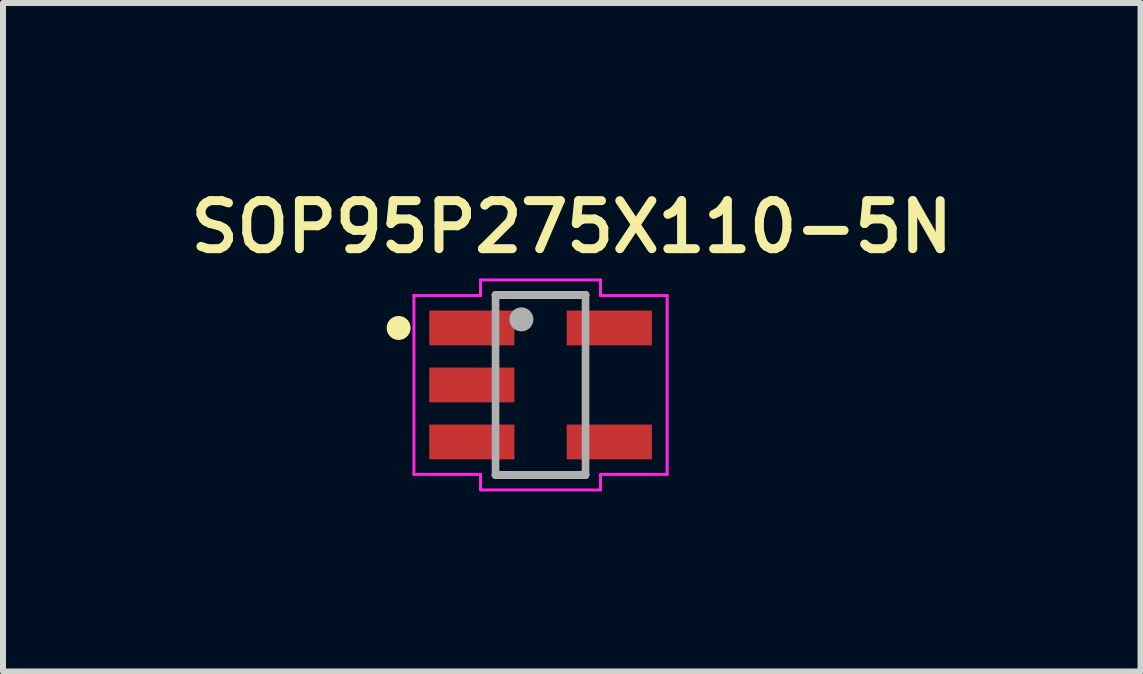
<source format=kicad_pcb>
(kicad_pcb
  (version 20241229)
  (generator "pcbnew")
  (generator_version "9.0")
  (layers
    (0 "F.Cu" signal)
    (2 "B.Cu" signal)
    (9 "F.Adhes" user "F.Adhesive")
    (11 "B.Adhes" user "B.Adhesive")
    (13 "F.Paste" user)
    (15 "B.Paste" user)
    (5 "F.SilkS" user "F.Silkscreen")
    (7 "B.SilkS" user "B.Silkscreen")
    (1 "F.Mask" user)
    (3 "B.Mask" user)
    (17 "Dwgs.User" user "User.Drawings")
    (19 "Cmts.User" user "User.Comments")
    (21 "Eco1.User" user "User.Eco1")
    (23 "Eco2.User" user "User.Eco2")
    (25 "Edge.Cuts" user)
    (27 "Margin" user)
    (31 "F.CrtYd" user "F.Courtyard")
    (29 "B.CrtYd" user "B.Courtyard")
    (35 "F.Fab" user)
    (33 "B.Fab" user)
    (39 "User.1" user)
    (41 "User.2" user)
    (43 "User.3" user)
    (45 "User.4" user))
  (footprint "SOP95P275X110-5N"
    (layer "F.Cu")
    (at 5.959 3.366)
    (property "Reference" "SOP95P275X110-5N" (at 0.52 -2.634 0) (layer "F.SilkS") (effects (font (size 0.801 0.801) (thickness 0.15))))
    (attr through_hole)
    (fp_line (start -0.75 -1.5) (end 0.75 -1.5) (stroke (width 0.127) (type solid)) (layer "F.SilkS"))
    (fp_line (start -0.75 1.5) (end 0.75 1.5) (stroke (width 0.127) (type solid)) (layer "F.SilkS"))
    (fp_circle (center -2.365 -0.95) (end -2.265 -0.95) (stroke (width 0.2) (type solid)) (fill no) (layer "F.SilkS"))
    (fp_line (start -2.11 -1.49) (end -2.11 1.49) (stroke (width 0.05) (type solid)) (layer "F.CrtYd"))
    (fp_line (start -2.11 1.49) (end -1 1.49) (stroke (width 0.05) (type solid)) (layer "F.CrtYd"))
    (fp_line (start -1 -1.75) (end -1 -1.49) (stroke (width 0.05) (type solid)) (layer "F.CrtYd"))
    (fp_line (start -1 -1.49) (end -2.11 -1.49) (stroke (width 0.05) (type solid)) (layer "F.CrtYd"))
    (fp_line (start -1 1.49) (end -1 1.75) (stroke (width 0.05) (type solid)) (layer "F.CrtYd"))
    (fp_line (start -1 1.75) (end 1 1.75) (stroke (width 0.05) (type solid)) (layer "F.CrtYd"))
    (fp_line (start 1 -1.75) (end -1 -1.75) (stroke (width 0.05) (type solid)) (layer "F.CrtYd"))
    (fp_line (start 1 -1.49) (end 1 -1.75) (stroke (width 0.05) (type solid)) (layer "F.CrtYd"))
    (fp_line (start 1 1.49) (end 2.11 1.49) (stroke (width 0.05) (type solid)) (layer "F.CrtYd"))
    (fp_line (start 1 1.75) (end 1 1.49) (stroke (width 0.05) (type solid)) (layer "F.CrtYd"))
    (fp_line (start 2.11 -1.49) (end 1 -1.49) (stroke (width 0.05) (type solid)) (layer "F.CrtYd"))
    (fp_line (start 2.11 1.49) (end 2.11 -1.49) (stroke (width 0.05) (type solid)) (layer "F.CrtYd"))
    (fp_line (start -0.75 -1.5) (end 0.75 -1.5) (stroke (width 0.127) (type solid)) (layer "F.Fab"))
    (fp_line (start -0.75 1.5) (end -0.75 -1.5) (stroke (width 0.127) (type solid)) (layer "F.Fab"))
    (fp_line (start 0.75 -1.5) (end 0.75 1.5) (stroke (width 0.127) (type solid)) (layer "F.Fab"))
    (fp_line (start 0.75 1.5) (end -0.75 1.5) (stroke (width 0.127) (type solid)) (layer "F.Fab"))
    (fp_circle (center -0.319 -1.093) (end -0.219 -1.093) (stroke (width 0.2) (type solid)) (fill no) (layer "F.Fab"))
    (pad "1" smd rect (at -1.145 -0.95) (size 1.42 0.58) (layers "F.Cu" "F.Mask" "F.Paste"))
    (pad "2" smd rect (at -1.145 0) (size 1.42 0.58) (layers "F.Cu" "F.Mask" "F.Paste"))
    (pad "3" smd rect (at -1.145 0.95) (size 1.42 0.58) (layers "F.Cu" "F.Mask" "F.Paste"))
    (pad "4" smd rect (at 1.145 0.95) (size 1.42 0.58) (layers "F.Cu" "F.Mask" "F.Paste"))
    (pad "5" smd rect (at 1.145 -0.95) (size 1.42 0.58) (layers "F.Cu" "F.Mask" "F.Paste")))
  (gr_rect
    (start -3 -3)
    (end 15.959 8.141)
    (stroke (width 0.1) (type default))
    (fill no)
    (layer "Edge.Cuts")))
</source>
